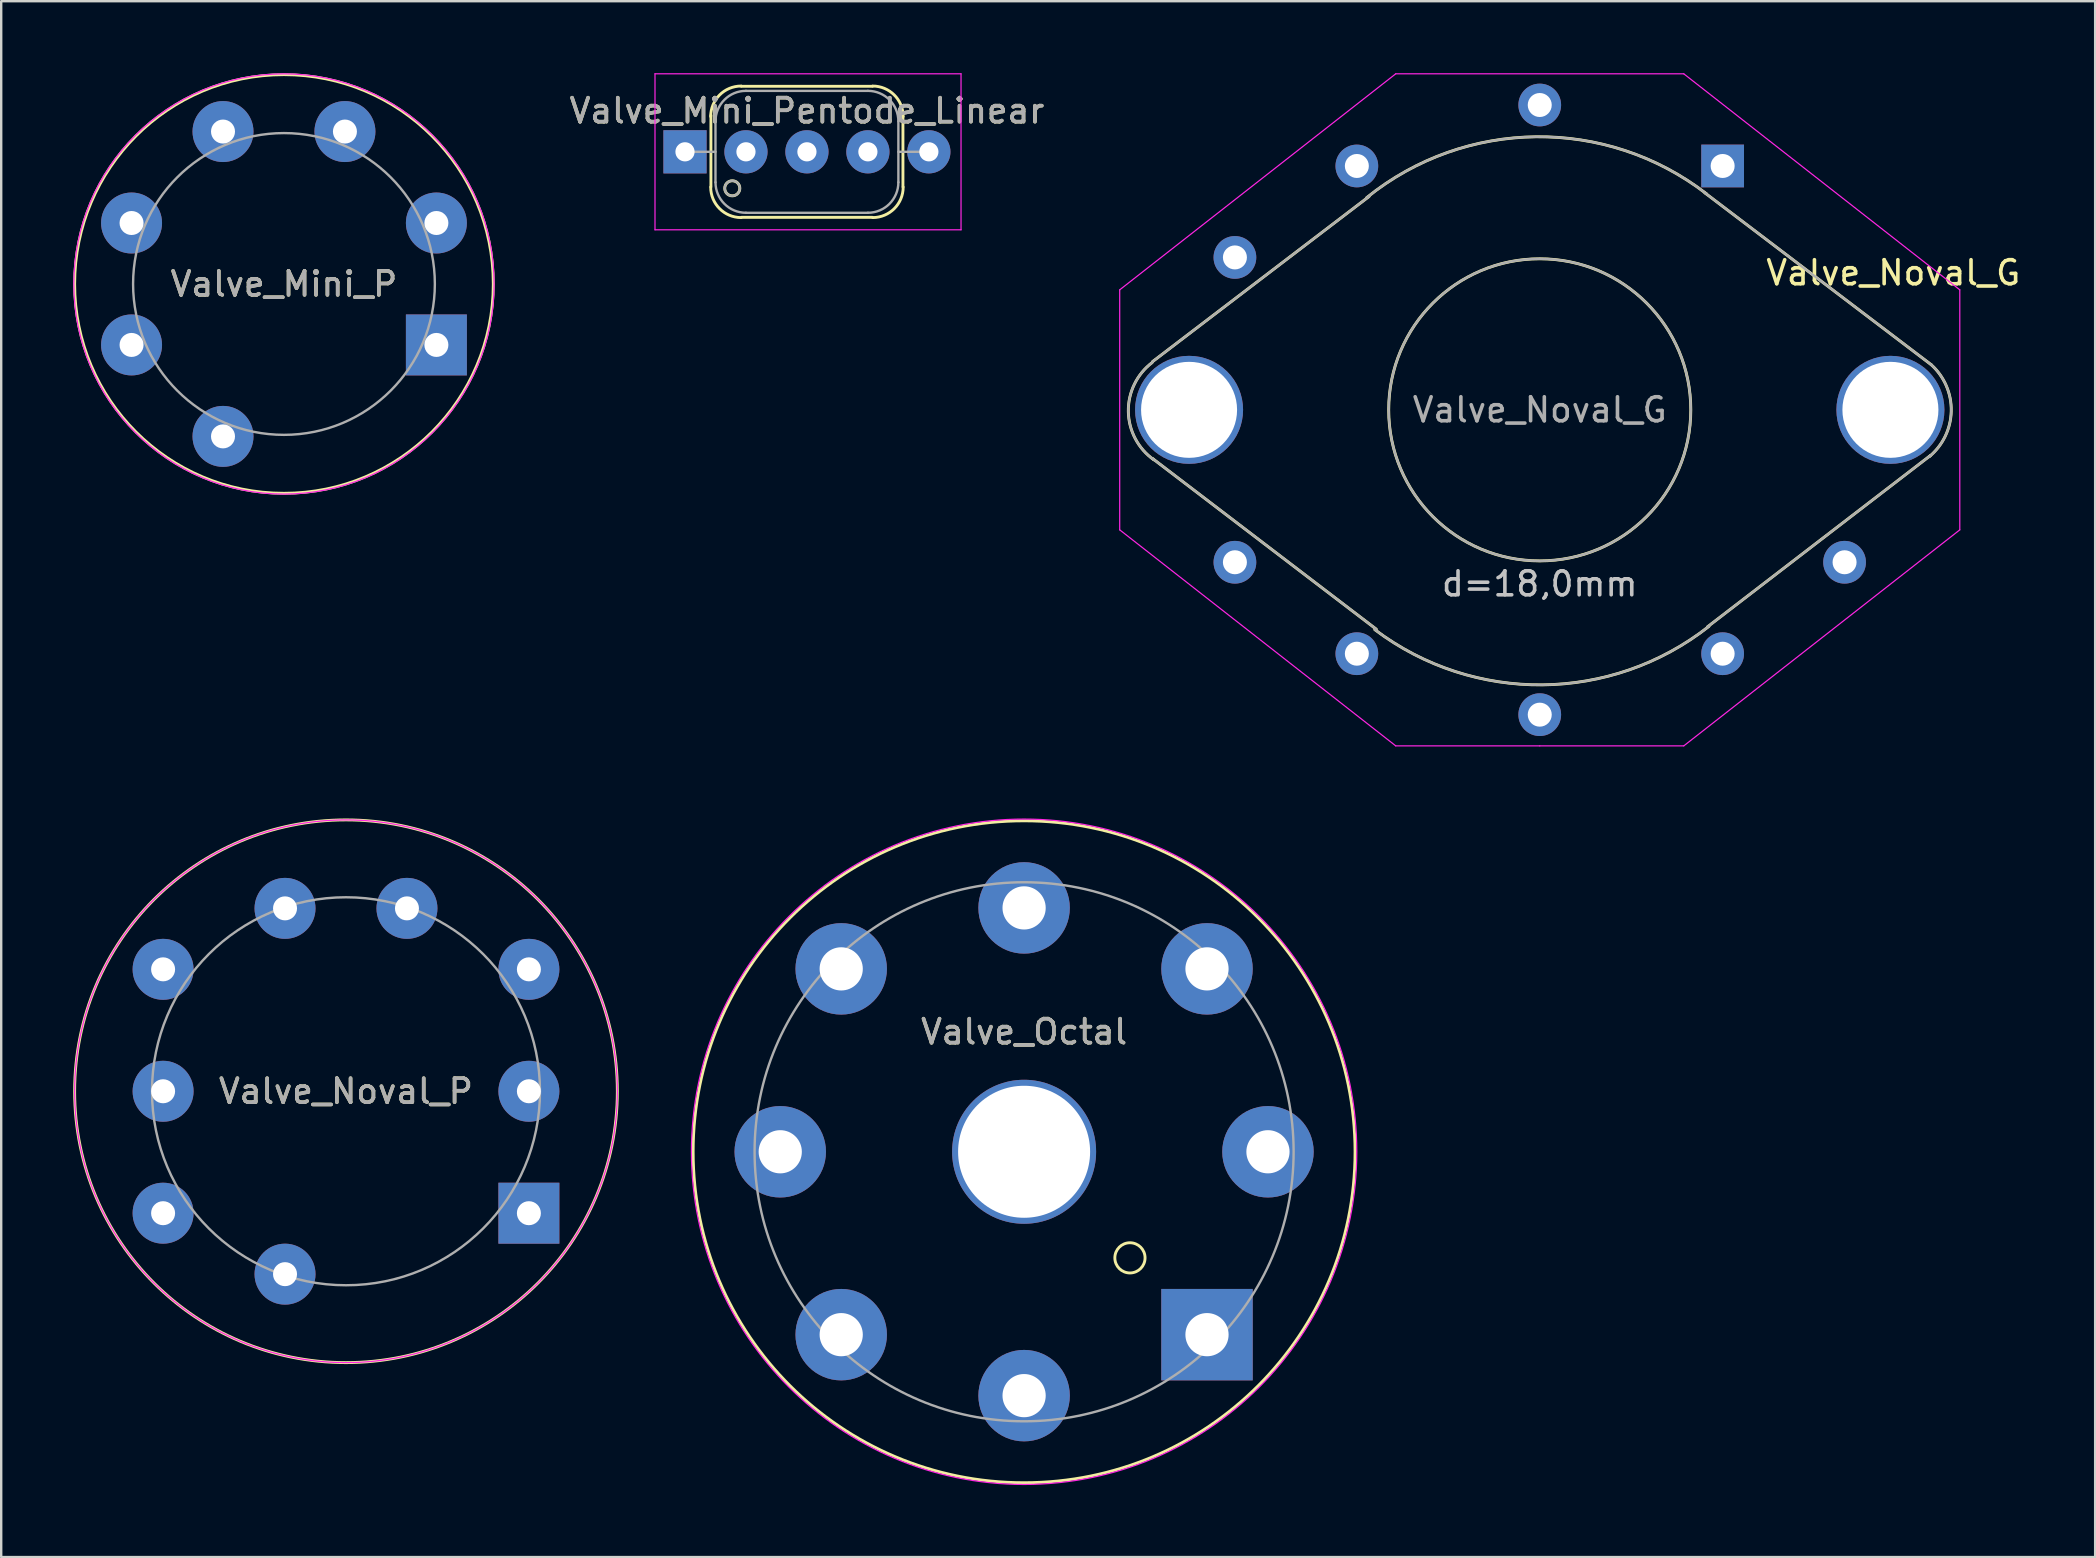
<source format=kicad_pcb>
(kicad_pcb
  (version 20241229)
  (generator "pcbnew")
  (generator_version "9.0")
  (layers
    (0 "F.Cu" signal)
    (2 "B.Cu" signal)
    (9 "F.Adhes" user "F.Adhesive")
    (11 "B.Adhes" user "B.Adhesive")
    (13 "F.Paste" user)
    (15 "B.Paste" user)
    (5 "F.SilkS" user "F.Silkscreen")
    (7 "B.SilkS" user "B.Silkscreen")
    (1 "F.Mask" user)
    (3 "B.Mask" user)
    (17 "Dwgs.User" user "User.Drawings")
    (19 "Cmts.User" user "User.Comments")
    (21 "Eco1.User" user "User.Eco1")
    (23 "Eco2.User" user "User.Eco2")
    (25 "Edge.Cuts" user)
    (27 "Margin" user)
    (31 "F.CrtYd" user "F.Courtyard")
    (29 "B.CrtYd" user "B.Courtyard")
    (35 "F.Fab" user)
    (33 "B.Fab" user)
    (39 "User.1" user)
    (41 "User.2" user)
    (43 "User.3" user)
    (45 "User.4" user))
  (footprint "Valve_Mini_P"
    (layer "F.Cu")
    (at 15.131 11.321)
    (property "Reference" "Valve_Mini_P" (at -6.35 -2.54 0) (layer "F.SilkS") (effects (font (size 1 1) (thickness 0.15))))
    (attr through_hole)
    (fp_circle (center -6.35 -2.54) (end 1.4 1.46) (stroke (width 0.12) (type solid)) (fill no) (layer "F.SilkS"))
    (fp_circle (center -6.35 -2.54) (end -6.6 6.21) (stroke (width 0.05) (type solid)) (fill no) (layer "F.CrtYd"))
    (fp_circle (center -6.35 -2.54) (end -10.79 1.91) (stroke (width 0.1) (type solid)) (fill no) (layer "F.Fab"))
    (fp_text user "${REFERENCE}" (at -6.35 -2.54 0) (layer "F.Fab") (effects (font (size 1 1) (thickness 0.15))))
    (pad "1" thru_hole rect (at 0 0) (size 2.54 2.54) (drill 1) (layers "*.Cu" "*.Mask"))
    (pad "2" thru_hole circle (at 0 -5.08) (size 2.54 2.54) (drill 1) (layers "*.Cu" "*.Mask"))
    (pad "3" thru_hole circle (at -3.81 -8.89) (size 2.54 2.54) (drill 1) (layers "*.Cu" "*.Mask"))
    (pad "4" thru_hole circle (at -8.89 -8.89) (size 2.54 2.54) (drill 1) (layers "*.Cu" "*.Mask"))
    (pad "5" thru_hole circle (at -12.7 -5.08) (size 2.54 2.54) (drill 1) (layers "*.Cu" "*.Mask"))
    (pad "6" thru_hole circle (at -12.7 0) (size 2.54 2.54) (drill 1) (layers "*.Cu" "*.Mask"))
    (pad "7" thru_hole circle (at -8.89 3.81) (size 2.54 2.54) (drill 1) (layers "*.Cu" "*.Mask")))
  (footprint "Valve_Mini_Pentode_Linear"
    (layer "F.Cu")
    (at 25.489 3.275)
    (property "Reference" "Valve_Mini_Pentode_Linear" (at 5.08 -1.71 0) (layer "F.SilkS") (effects (font (size 1 1) (thickness 0.15))))
    (attr through_hole)
    (fp_line (start 1.08 1.46) (end 1.08 -1.52) (stroke (width 0.12) (type solid)) (layer "F.SilkS"))
    (fp_line (start 2.35 -2.73) (end 7.81 -2.73) (stroke (width 0.12) (type solid)) (layer "F.SilkS"))
    (fp_line (start 7.81 2.73) (end 2.35 2.73) (stroke (width 0.12) (type solid)) (layer "F.SilkS"))
    (fp_line (start 9.08 -1.46) (end 9.08 1.46) (stroke (width 0.12) (type solid)) (layer "F.SilkS"))
    (fp_arc (start 1.07 -1.47) (mid 1.441974 -2.368026) (end 2.34 -2.74) (stroke (width 0.12) (type solid)) (layer "F.SilkS"))
    (fp_arc (start 2.34 2.74) (mid 1.441974 2.368026) (end 1.07 1.47) (stroke (width 0.12) (type solid)) (layer "F.SilkS"))
    (fp_arc (start 7.82 -2.74) (mid 8.718026 -2.368026) (end 9.09 -1.47) (stroke (width 0.12) (type solid)) (layer "F.SilkS"))
    (fp_arc (start 9.09 1.47) (mid 8.718026 2.368026) (end 7.82 2.74) (stroke (width 0.12) (type solid)) (layer "F.SilkS"))
    (fp_circle (center 1.97 1.52) (end 2.22 1.71) (stroke (width 0.12) (type solid)) (fill no) (layer "F.SilkS"))
    (fp_line (start -1.25 -3.25) (end 11.5 -3.25) (stroke (width 0.05) (type solid)) (layer "F.CrtYd"))
    (fp_line (start -1.25 3.25) (end -1.25 -3.25) (stroke (width 0.05) (type solid)) (layer "F.CrtYd"))
    (fp_line (start 11.5 -3.25) (end 11.5 3.25) (stroke (width 0.05) (type solid)) (layer "F.CrtYd"))
    (fp_line (start 11.5 3.25) (end -1.25 3.25) (stroke (width 0.05) (type solid)) (layer "F.CrtYd"))
    (fp_line (start 0 0) (end 1.27 0) (stroke (width 0.1) (type solid)) (layer "F.Fab"))
    (fp_line (start 1.27 -1.27) (end 1.27 1.27) (stroke (width 0.1) (type solid)) (layer "F.Fab"))
    (fp_line (start 2.54 2.54) (end 7.62 2.54) (stroke (width 0.1) (type solid)) (layer "F.Fab"))
    (fp_line (start 7.62 -2.54) (end 2.54 -2.54) (stroke (width 0.1) (type solid)) (layer "F.Fab"))
    (fp_line (start 8.89 0) (end 10.16 0) (stroke (width 0.1) (type solid)) (layer "F.Fab"))
    (fp_line (start 8.89 1.27) (end 8.89 -1.27) (stroke (width 0.1) (type solid)) (layer "F.Fab"))
    (fp_arc (start 1.27 -1.27) (mid 1.641974 -2.168026) (end 2.54 -2.54) (stroke (width 0.1) (type solid)) (layer "F.Fab"))
    (fp_arc (start 2.54 2.54) (mid 1.641974 2.168026) (end 1.27 1.27) (stroke (width 0.1) (type solid)) (layer "F.Fab"))
    (fp_arc (start 7.62 -2.54) (mid 8.518026 -2.168026) (end 8.89 -1.27) (stroke (width 0.1) (type solid)) (layer "F.Fab"))
    (fp_arc (start 8.89 1.27) (mid 8.518026 2.168026) (end 7.62 2.54) (stroke (width 0.1) (type solid)) (layer "F.Fab"))
    (fp_circle (center 1.97 1.52) (end 2.22 1.71) (stroke (width 0.1) (type solid)) (fill no) (layer "F.Fab"))
    (fp_text user "${REFERENCE}" (at 5.08 -1.71 0) (layer "F.Fab") (effects (font (size 1 1) (thickness 0.15))))
    (pad "1" thru_hole rect (at 0 0) (size 1.8 1.8) (drill 0.8) (layers "*.Cu" "*.Mask"))
    (pad "2" thru_hole circle (at 2.54 0) (size 1.8 1.8) (drill 0.8) (layers "*.Cu" "*.Mask"))
    (pad "3" thru_hole circle (at 5.08 0) (size 1.8 1.8) (drill 0.8) (layers "*.Cu" "*.Mask"))
    (pad "4" thru_hole circle (at 7.62 0) (size 1.8 1.8) (drill 0.8) (layers "*.Cu" "*.Mask"))
    (pad "5" thru_hole circle (at 10.16 0) (size 1.8 1.8) (drill 0.8) (layers "*.Cu" "*.Mask")))
  (footprint "Valve_Octal"
    (layer "F.Cu")
    (at 47.237 52.556)
    (property "Reference" "Valve_Octal" (at -7.62 -12.62 0) (layer "F.SilkS") (effects (font (size 1 1) (thickness 0.15))))
    (attr through_hole)
    (fp_circle (center -7.62 -7.62) (end 2.13 2.13) (stroke (width 0.12) (type solid)) (fill no) (layer "F.SilkS"))
    (fp_circle (center -3.21 -3.2) (end -2.77 -2.75) (stroke (width 0.12) (type solid)) (fill no) (layer "F.SilkS"))
    (fp_circle (center -7.62 -7.62) (end 3.13 1.13) (stroke (width 0.05) (type solid)) (fill no) (layer "F.CrtYd"))
    (fp_circle (center -7.62 -7.62) (end -15.56 0.32) (stroke (width 0.1) (type solid)) (fill no) (layer "F.Fab"))
    (fp_text user "${REFERENCE}" (at -7.62 -12.62 0) (layer "F.Fab") (effects (font (size 1 1) (thickness 0.15))))
    (pad "" thru_hole circle (at -7.62 -7.62) (size 6 6) (drill 5.5) (layers "*.Cu" "*.Mask"))
    (pad "1" thru_hole rect (at 0 0) (size 3.81 3.81) (drill 1.8) (layers "*.Cu" "*.Mask"))
    (pad "2" thru_hole circle (at 2.54 -7.62) (size 3.81 3.81) (drill 1.8) (layers "*.Cu" "*.Mask"))
    (pad "3" thru_hole circle (at 0 -15.24) (size 3.81 3.81) (drill 1.8) (layers "*.Cu" "*.Mask"))
    (pad "4" thru_hole circle (at -7.62 -17.78) (size 3.81 3.81) (drill 1.8) (layers "*.Cu" "*.Mask"))
    (pad "5" thru_hole circle (at -15.24 -15.24) (size 3.81 3.81) (drill 1.8) (layers "*.Cu" "*.Mask"))
    (pad "6" thru_hole circle (at -17.78 -7.62) (size 3.81 3.81) (drill 1.8) (layers "*.Cu" "*.Mask"))
    (pad "7" thru_hole circle (at -15.24 0) (size 3.81 3.81) (drill 1.8) (layers "*.Cu" "*.Mask"))
    (pad "8" thru_hole circle (at -7.62 2.54) (size 3.81 3.81) (drill 1.8) (layers "*.Cu" "*.Mask")))
  (footprint "Valve_Noval_P"
    (layer "F.Cu")
    (at 18.985 47.495)
    (property "Reference" "Valve_Noval_P" (at -7.62 -5.08 0) (layer "F.SilkS") (effects (font (size 1 1) (thickness 0.15))))
    (attr through_hole)
    (fp_circle (center -7.62 -5.08) (end 1.63 1.42) (stroke (width 0.12) (type solid)) (fill no) (layer "F.SilkS"))
    (fp_circle (center -7.62 -5.08) (end 1.63 1.42) (stroke (width 0.05) (type solid)) (fill no) (layer "F.CrtYd"))
    (fp_circle (center -7.62 -5.08) (end -13.34 0.63) (stroke (width 0.1) (type solid)) (fill no) (layer "F.Fab"))
    (fp_text user "${REFERENCE}" (at -7.62 -5.08 0) (layer "F.Fab") (effects (font (size 1 1) (thickness 0.15))))
    (pad "1" thru_hole rect (at 0 0) (size 2.54 2.54) (drill 1) (layers "*.Cu" "*.Mask"))
    (pad "2" thru_hole circle (at 0 -5.08) (size 2.54 2.54) (drill 1) (layers "*.Cu" "*.Mask"))
    (pad "3" thru_hole circle (at 0 -10.16) (size 2.54 2.54) (drill 1) (layers "*.Cu" "*.Mask"))
    (pad "4" thru_hole circle (at -5.08 -12.7) (size 2.54 2.54) (drill 1) (layers "*.Cu" "*.Mask"))
    (pad "5" thru_hole circle (at -10.16 -12.7) (size 2.54 2.54) (drill 1) (layers "*.Cu" "*.Mask"))
    (pad "6" thru_hole circle (at -15.24 -10.16) (size 2.54 2.54) (drill 1) (layers "*.Cu" "*.Mask"))
    (pad "7" thru_hole circle (at -15.24 -5.08) (size 2.54 2.54) (drill 1) (layers "*.Cu" "*.Mask"))
    (pad "8" thru_hole circle (at -15.24 0) (size 2.54 2.54) (drill 1) (layers "*.Cu" "*.Mask"))
    (pad "9" thru_hole circle (at -10.16 2.54) (size 2.54 2.54) (drill 1) (layers "*.Cu" "*.Mask")))
  (footprint "Valve_Noval_G"
    (layer "F.Cu")
    (at 68.72 3.865)
    (property "Reference" "Valve_Noval_G" (at 7.11 4.45 0) (layer "F.SilkS") (effects (font (size 1 1) (thickness 0.15))))
    (attr through_hole)
    (fp_line (start -23.75 8.15) (end -14.73 1.27) (stroke (width 0.12) (type solid)) (layer "F.SilkS"))
    (fp_line (start -23.75 12.19) (end -14.43 19.3) (stroke (width 0.12) (type solid)) (layer "F.SilkS"))
    (fp_line (start 8.66 12.06) (end -0.63 19.2) (stroke (width 0.12) (type solid)) (layer "F.SilkS"))
    (fp_line (start 8.69 8.28) (end -0.74 1.12) (stroke (width 0.12) (type solid)) (layer "F.SilkS"))
    (fp_arc (start -23.7 12.24) (mid -24.76061 10.23284) (end -23.769096 8.190664) (stroke (width 0.12) (type solid)) (layer "F.SilkS"))
    (fp_arc (start -14.83 1.32) (mid -7.774859 -1.216675) (end -0.665972 1.16523) (stroke (width 0.12) (type solid)) (layer "F.SilkS"))
    (fp_arc (start -0.57 19.18) (mid -7.50736 21.618362) (end -14.491513 19.317453) (stroke (width 0.12) (type solid)) (layer "F.SilkS"))
    (fp_arc (start 8.69 8.28) (mid 9.524064 10.214038) (end 8.60831 12.110762) (stroke (width 0.12) (type solid)) (layer "F.SilkS"))
    (fp_circle (center -7.62 10.16) (end -12.07 14.61) (stroke (width 0.12) (type solid)) (fill no) (layer "F.SilkS"))
    (fp_line (start -25.12 5.16) (end -13.62 -3.84) (stroke (width 0.05) (type solid)) (layer "F.CrtYd"))
    (fp_line (start -25.12 15.16) (end -25.12 5.16) (stroke (width 0.05) (type solid)) (layer "F.CrtYd"))
    (fp_line (start -13.62 -3.84) (end -1.62 -3.84) (stroke (width 0.05) (type solid)) (layer "F.CrtYd"))
    (fp_line (start -13.62 24.16) (end -25.12 15.16) (stroke (width 0.05) (type solid)) (layer "F.CrtYd"))
    (fp_line (start -7.62 24.16) (end -13.62 24.16) (stroke (width 0.05) (type solid)) (layer "F.CrtYd"))
    (fp_line (start -1.62 -3.84) (end 9.88 5.16) (stroke (width 0.05) (type solid)) (layer "F.CrtYd"))
    (fp_line (start -1.62 24.16) (end -7.62 24.16) (stroke (width 0.05) (type solid)) (layer "F.CrtYd"))
    (fp_line (start 9.88 5.16) (end 9.88 15.16) (stroke (width 0.05) (type solid)) (layer "F.CrtYd"))
    (fp_line (start 9.88 15.16) (end -1.62 24.16) (stroke (width 0.05) (type solid)) (layer "F.CrtYd"))
    (fp_line (start -23.75 8.15) (end -14.73 1.27) (stroke (width 0.1) (type solid)) (layer "F.Fab"))
    (fp_line (start -23.75 12.19) (end -14.43 19.3) (stroke (width 0.1) (type solid)) (layer "F.Fab"))
    (fp_line (start 8.66 12.06) (end -0.63 19.2) (stroke (width 0.1) (type solid)) (layer "F.Fab"))
    (fp_line (start 8.69 8.28) (end -0.74 1.12) (stroke (width 0.1) (type solid)) (layer "F.Fab"))
    (fp_arc (start -23.7 12.24) (mid -24.76061 10.23284) (end -23.769096 8.190664) (stroke (width 0.1) (type solid)) (layer "F.Fab"))
    (fp_arc (start -14.83 1.32) (mid -7.774859 -1.216675) (end -0.665972 1.16523) (stroke (width 0.1) (type solid)) (layer "F.Fab"))
    (fp_arc (start -0.57 19.18) (mid -7.50736 21.618362) (end -14.491513 19.317453) (stroke (width 0.1) (type solid)) (layer "F.Fab"))
    (fp_arc (start 8.69 8.28) (mid 9.524064 10.214038) (end 8.60831 12.110762) (stroke (width 0.1) (type solid)) (layer "F.Fab"))
    (fp_circle (center -7.62 10.16) (end -12.07 14.61) (stroke (width 0.1) (type solid)) (fill no) (layer "F.Fab"))
    (fp_text user "d=18,0mm" (at -7.62 17.41 0) (layer "Dwgs.User") (effects (font (size 1 1) (thickness 0.15))))
    (fp_text user "${REFERENCE}" (at -7.62 10.16 0) (layer "F.Fab") (effects (font (size 1 1) (thickness 0.15))))
    (pad "" thru_hole circle (at 6.99 10.16) (size 4.5 4.5) (drill 4) (layers "*.Cu" "*.Mask"))
    (pad "1" thru_hole rect (at 0 0) (size 1.78 1.78) (drill 1) (layers "*.Cu" "*.Mask"))
    (pad "2" thru_hole circle (at -22.23 10.16) (size 4.5 4.5) (drill 4) (layers "*.Cu" "*.Mask"))
    (pad "2" thru_hole circle (at -7.62 -2.54) (size 1.78 1.78) (drill 1) (layers "*.Cu" "*.Mask"))
    (pad "3" thru_hole circle (at -15.24 0) (size 1.78 1.78) (drill 1) (layers "*.Cu" "*.Mask"))
    (pad "4" thru_hole circle (at -20.32 3.81) (size 1.78 1.78) (drill 1) (layers "*.Cu" "*.Mask"))
    (pad "5" thru_hole circle (at -20.32 16.51) (size 1.78 1.78) (drill 1) (layers "*.Cu" "*.Mask"))
    (pad "6" thru_hole circle (at -15.24 20.32) (size 1.78 1.78) (drill 1) (layers "*.Cu" "*.Mask"))
    (pad "7" thru_hole circle (at -7.62 22.86) (size 1.78 1.78) (drill 1) (layers "*.Cu" "*.Mask"))
    (pad "8" thru_hole circle (at 0 20.32) (size 1.78 1.78) (drill 1) (layers "*.Cu" "*.Mask"))
    (pad "9" thru_hole circle (at 5.08 16.51) (size 1.78 1.78) (drill 1) (layers "*.Cu" "*.Mask")))
  (gr_rect
    (start -3 -3)
    (end 84.24 61.822)
    (stroke (width 0.1) (type default))
    (fill no)
    (layer "Edge.Cuts")))
</source>
